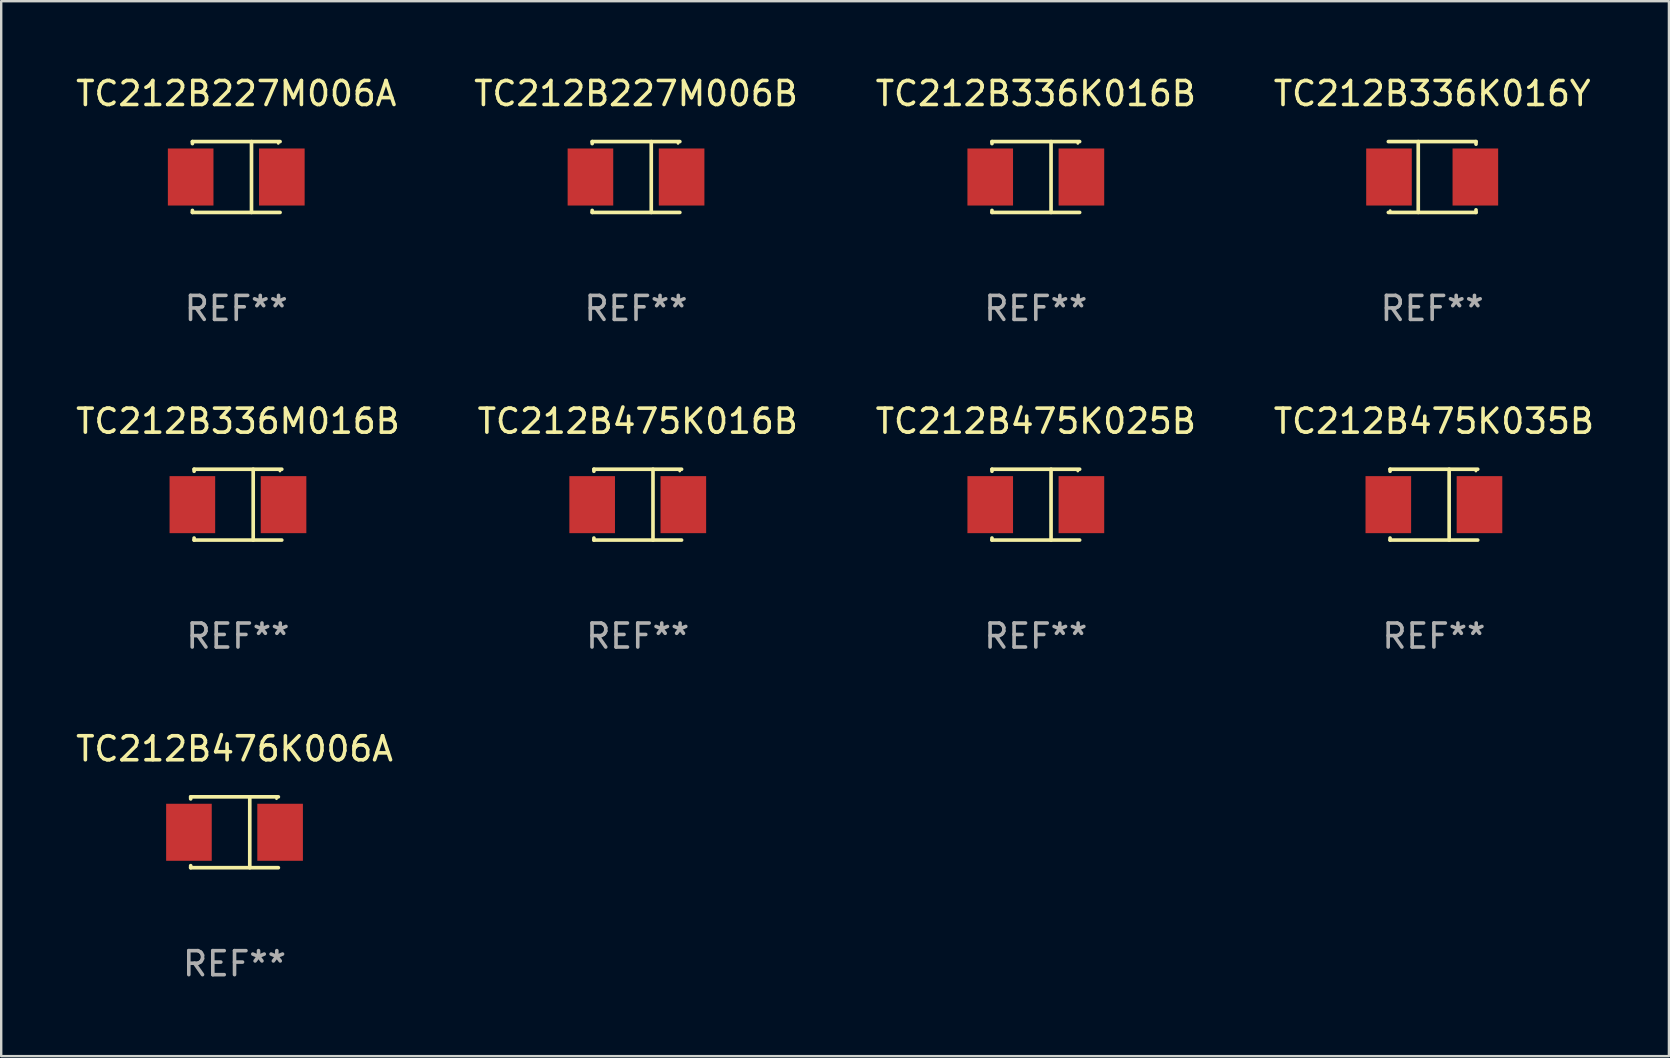
<source format=kicad_pcb>
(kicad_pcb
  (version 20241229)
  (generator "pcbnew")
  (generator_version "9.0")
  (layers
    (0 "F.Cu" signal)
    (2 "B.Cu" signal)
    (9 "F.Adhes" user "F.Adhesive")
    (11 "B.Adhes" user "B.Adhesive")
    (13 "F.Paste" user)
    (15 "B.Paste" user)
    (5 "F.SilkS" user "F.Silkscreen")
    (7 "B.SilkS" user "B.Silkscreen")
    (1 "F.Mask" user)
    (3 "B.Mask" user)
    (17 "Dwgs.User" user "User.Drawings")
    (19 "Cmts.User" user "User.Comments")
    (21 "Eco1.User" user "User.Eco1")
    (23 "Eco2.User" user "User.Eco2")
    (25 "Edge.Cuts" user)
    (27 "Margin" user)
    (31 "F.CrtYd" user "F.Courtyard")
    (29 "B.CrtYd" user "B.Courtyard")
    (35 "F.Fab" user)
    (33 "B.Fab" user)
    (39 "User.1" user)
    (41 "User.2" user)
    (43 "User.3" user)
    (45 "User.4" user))
  (footprint "TC212B336M016B"
    (layer "F.Cu")
    (at 6.863 17.973)
    (property "Reference" "TC212B336M016B" (at 0 -3.476 0) (layer "F.SilkS") (effects (font (size 1 1) (thickness 0.15))))
    (attr through_hole)
    (fp_line (start -1.826 -1.476) (end -1.826 -1.391) (stroke (width 0.152) (type solid)) (layer "F.SilkS"))
    (fp_line (start -1.826 -1.476) (end 1.826 -1.476) (stroke (width 0.152) (type solid)) (layer "F.SilkS"))
    (fp_line (start -1.826 1.476) (end -1.826 1.391) (stroke (width 0.152) (type solid)) (layer "F.SilkS"))
    (fp_line (start -1.826 1.476) (end 1.826 1.476) (stroke (width 0.152) (type solid)) (layer "F.SilkS"))
    (fp_line (start 0.635 -1.476) (end 0.635 1.476) (stroke (width 0.152) (type solid)) (layer "F.SilkS"))
    (fp_circle (center 1.75 -1.4) (end 1.78 -1.4) (stroke (width 0.06) (type solid)) (fill no) (layer "F.SilkS"))
    (fp_text user "REF**" (at 0 5.476 0) (layer "F.Fab") (effects (font (size 1 1) (thickness 0.15))))
    (pad "1" smd rect (at 1.899 0) (size 1.9 2.376) (layers "F.Cu" "F.Mask" "F.Paste"))
    (pad "2" smd rect (at -1.899 0) (size 1.9 2.376) (layers "F.Cu" "F.Mask" "F.Paste")))
  (footprint "TC212B227M006B"
    (layer "F.Cu")
    (at 23.446 4.324)
    (property "Reference" "TC212B227M006B" (at 0 -3.476 0) (layer "F.SilkS") (effects (font (size 1 1) (thickness 0.15))))
    (attr through_hole)
    (fp_line (start -1.826 -1.476) (end -1.826 -1.391) (stroke (width 0.152) (type solid)) (layer "F.SilkS"))
    (fp_line (start -1.826 -1.476) (end 1.826 -1.476) (stroke (width 0.152) (type solid)) (layer "F.SilkS"))
    (fp_line (start -1.826 1.476) (end -1.826 1.391) (stroke (width 0.152) (type solid)) (layer "F.SilkS"))
    (fp_line (start -1.826 1.476) (end 1.826 1.476) (stroke (width 0.152) (type solid)) (layer "F.SilkS"))
    (fp_line (start 0.635 -1.476) (end 0.635 1.476) (stroke (width 0.152) (type solid)) (layer "F.SilkS"))
    (fp_circle (center 1.75 -1.4) (end 1.78 -1.4) (stroke (width 0.06) (type solid)) (fill no) (layer "F.SilkS"))
    (fp_text user "REF**" (at 0 5.476 0) (layer "F.Fab") (effects (font (size 1 1) (thickness 0.15))))
    (pad "1" smd rect (at 1.899 0) (size 1.9 2.376) (layers "F.Cu" "F.Mask" "F.Paste"))
    (pad "2" smd rect (at -1.899 0) (size 1.9 2.376) (layers "F.Cu" "F.Mask" "F.Paste")))
  (footprint "TC212B227M006A"
    (layer "F.Cu")
    (at 6.792 4.324)
    (property "Reference" "TC212B227M006A" (at 0 -3.476 0) (layer "F.SilkS") (effects (font (size 1 1) (thickness 0.15))))
    (attr through_hole)
    (fp_line (start -1.826 -1.476) (end -1.826 -1.391) (stroke (width 0.152) (type solid)) (layer "F.SilkS"))
    (fp_line (start -1.826 -1.476) (end 1.826 -1.476) (stroke (width 0.152) (type solid)) (layer "F.SilkS"))
    (fp_line (start -1.826 1.476) (end -1.826 1.391) (stroke (width 0.152) (type solid)) (layer "F.SilkS"))
    (fp_line (start -1.826 1.476) (end 1.826 1.476) (stroke (width 0.152) (type solid)) (layer "F.SilkS"))
    (fp_line (start 0.635 -1.476) (end 0.635 1.476) (stroke (width 0.152) (type solid)) (layer "F.SilkS"))
    (fp_circle (center 1.75 -1.4) (end 1.78 -1.4) (stroke (width 0.06) (type solid)) (fill no) (layer "F.SilkS"))
    (fp_text user "REF**" (at 0 5.476 0) (layer "F.Fab") (effects (font (size 1 1) (thickness 0.15))))
    (pad "1" smd rect (at 1.899 0) (size 1.9 2.376) (layers "F.Cu" "F.Mask" "F.Paste"))
    (pad "2" smd rect (at -1.899 0) (size 1.9 2.376) (layers "F.Cu" "F.Mask" "F.Paste")))
  (footprint "TC212B475K016B"
    (layer "F.Cu")
    (at 23.518 17.973)
    (property "Reference" "TC212B475K016B" (at 0 -3.476 0) (layer "F.SilkS") (effects (font (size 1 1) (thickness 0.15))))
    (attr through_hole)
    (fp_line (start -1.826 -1.476) (end -1.826 -1.391) (stroke (width 0.152) (type solid)) (layer "F.SilkS"))
    (fp_line (start -1.826 -1.476) (end 1.826 -1.476) (stroke (width 0.152) (type solid)) (layer "F.SilkS"))
    (fp_line (start -1.826 1.476) (end -1.826 1.391) (stroke (width 0.152) (type solid)) (layer "F.SilkS"))
    (fp_line (start -1.826 1.476) (end 1.826 1.476) (stroke (width 0.152) (type solid)) (layer "F.SilkS"))
    (fp_line (start 0.635 -1.476) (end 0.635 1.476) (stroke (width 0.152) (type solid)) (layer "F.SilkS"))
    (fp_circle (center 1.75 -1.4) (end 1.78 -1.4) (stroke (width 0.06) (type solid)) (fill no) (layer "F.SilkS"))
    (fp_text user "REF**" (at 0 5.476 0) (layer "F.Fab") (effects (font (size 1 1) (thickness 0.15))))
    (pad "1" smd rect (at 1.899 0) (size 1.9 2.376) (layers "F.Cu" "F.Mask" "F.Paste"))
    (pad "2" smd rect (at -1.899 0) (size 1.9 2.376) (layers "F.Cu" "F.Mask" "F.Paste")))
  (footprint "TC212B476K006A"
    (layer "F.Cu")
    (at 6.72 31.622)
    (property "Reference" "TC212B476K006A" (at 0 -3.476 0) (layer "F.SilkS") (effects (font (size 1 1) (thickness 0.15))))
    (attr through_hole)
    (fp_line (start -1.826 -1.476) (end -1.826 -1.391) (stroke (width 0.152) (type solid)) (layer "F.SilkS"))
    (fp_line (start -1.826 -1.476) (end 1.826 -1.476) (stroke (width 0.152) (type solid)) (layer "F.SilkS"))
    (fp_line (start -1.826 1.476) (end -1.826 1.391) (stroke (width 0.152) (type solid)) (layer "F.SilkS"))
    (fp_line (start -1.826 1.476) (end 1.826 1.476) (stroke (width 0.152) (type solid)) (layer "F.SilkS"))
    (fp_line (start 0.635 -1.476) (end 0.635 1.476) (stroke (width 0.152) (type solid)) (layer "F.SilkS"))
    (fp_circle (center 1.75 -1.4) (end 1.78 -1.4) (stroke (width 0.06) (type solid)) (fill no) (layer "F.SilkS"))
    (fp_text user "REF**" (at 0 5.476 0) (layer "F.Fab") (effects (font (size 1 1) (thickness 0.15))))
    (pad "1" smd rect (at 1.899 0) (size 1.9 2.376) (layers "F.Cu" "F.Mask" "F.Paste"))
    (pad "2" smd rect (at -1.899 0) (size 1.9 2.376) (layers "F.Cu" "F.Mask" "F.Paste")))
  (footprint "TC212B336K016B"
    (layer "F.Cu")
    (at 40.101 4.324)
    (property "Reference" "TC212B336K016B" (at 0 -3.476 0) (layer "F.SilkS") (effects (font (size 1 1) (thickness 0.15))))
    (attr through_hole)
    (fp_line (start -1.826 -1.476) (end -1.826 -1.391) (stroke (width 0.152) (type solid)) (layer "F.SilkS"))
    (fp_line (start -1.826 -1.476) (end 1.826 -1.476) (stroke (width 0.152) (type solid)) (layer "F.SilkS"))
    (fp_line (start -1.826 1.476) (end -1.826 1.391) (stroke (width 0.152) (type solid)) (layer "F.SilkS"))
    (fp_line (start -1.826 1.476) (end 1.826 1.476) (stroke (width 0.152) (type solid)) (layer "F.SilkS"))
    (fp_line (start 0.635 -1.476) (end 0.635 1.476) (stroke (width 0.152) (type solid)) (layer "F.SilkS"))
    (fp_circle (center 1.75 -1.4) (end 1.78 -1.4) (stroke (width 0.06) (type solid)) (fill no) (layer "F.SilkS"))
    (fp_text user "REF**" (at 0 5.476 0) (layer "F.Fab") (effects (font (size 1 1) (thickness 0.15))))
    (pad "1" smd rect (at 1.899 0) (size 1.9 2.376) (layers "F.Cu" "F.Mask" "F.Paste"))
    (pad "2" smd rect (at -1.899 0) (size 1.9 2.376) (layers "F.Cu" "F.Mask" "F.Paste")))
  (footprint "TC212B475K035B"
    (layer "F.Cu")
    (at 56.685 17.973)
    (property "Reference" "TC212B475K035B" (at 0 -3.476 0) (layer "F.SilkS") (effects (font (size 1 1) (thickness 0.15))))
    (attr through_hole)
    (fp_line (start -1.826 -1.476) (end -1.826 -1.391) (stroke (width 0.152) (type solid)) (layer "F.SilkS"))
    (fp_line (start -1.826 -1.476) (end 1.826 -1.476) (stroke (width 0.152) (type solid)) (layer "F.SilkS"))
    (fp_line (start -1.826 1.476) (end -1.826 1.391) (stroke (width 0.152) (type solid)) (layer "F.SilkS"))
    (fp_line (start -1.826 1.476) (end 1.826 1.476) (stroke (width 0.152) (type solid)) (layer "F.SilkS"))
    (fp_line (start 0.635 -1.476) (end 0.635 1.476) (stroke (width 0.152) (type solid)) (layer "F.SilkS"))
    (fp_circle (center 1.75 -1.4) (end 1.78 -1.4) (stroke (width 0.06) (type solid)) (fill no) (layer "F.SilkS"))
    (fp_text user "REF**" (at 0 5.476 0) (layer "F.Fab") (effects (font (size 1 1) (thickness 0.15))))
    (pad "1" smd rect (at 1.899 0) (size 1.9 2.376) (layers "F.Cu" "F.Mask" "F.Paste"))
    (pad "2" smd rect (at -1.899 0) (size 1.9 2.376) (layers "F.Cu" "F.Mask" "F.Paste")))
  (footprint "TC212B475K025B"
    (layer "F.Cu")
    (at 40.101 17.973)
    (property "Reference" "TC212B475K025B" (at 0 -3.476 0) (layer "F.SilkS") (effects (font (size 1 1) (thickness 0.15))))
    (attr through_hole)
    (fp_line (start -1.826 -1.476) (end -1.826 -1.391) (stroke (width 0.152) (type solid)) (layer "F.SilkS"))
    (fp_line (start -1.826 -1.476) (end 1.826 -1.476) (stroke (width 0.152) (type solid)) (layer "F.SilkS"))
    (fp_line (start -1.826 1.476) (end -1.826 1.391) (stroke (width 0.152) (type solid)) (layer "F.SilkS"))
    (fp_line (start -1.826 1.476) (end 1.826 1.476) (stroke (width 0.152) (type solid)) (layer "F.SilkS"))
    (fp_line (start 0.635 -1.476) (end 0.635 1.476) (stroke (width 0.152) (type solid)) (layer "F.SilkS"))
    (fp_circle (center 1.75 -1.4) (end 1.78 -1.4) (stroke (width 0.06) (type solid)) (fill no) (layer "F.SilkS"))
    (fp_text user "REF**" (at 0 5.476 0) (layer "F.Fab") (effects (font (size 1 1) (thickness 0.15))))
    (pad "1" smd rect (at 1.899 0) (size 1.9 2.376) (layers "F.Cu" "F.Mask" "F.Paste"))
    (pad "2" smd rect (at -1.899 0) (size 1.9 2.376) (layers "F.Cu" "F.Mask" "F.Paste")))
  (footprint "TC212B336K016Y"
    (layer "F.Cu")
    (at 56.613 4.324)
    (property "Reference" "TC212B336K016Y" (at 0 -3.476 0) (layer "F.SilkS") (effects (font (size 1 1) (thickness 0.15))))
    (attr through_hole)
    (fp_line (start -1.826 -1.476) (end 1.826 -1.476) (stroke (width 0.152) (type solid)) (layer "F.SilkS"))
    (fp_line (start -1.826 1.476) (end 1.826 1.476) (stroke (width 0.152) (type solid)) (layer "F.SilkS"))
    (fp_line (start -0.58 -1.476) (end -0.58 1.476) (stroke (width 0.152) (type solid)) (layer "F.SilkS"))
    (fp_line (start 1.826 -1.476) (end 1.826 -1.368) (stroke (width 0.152) (type solid)) (layer "F.SilkS"))
    (fp_line (start 1.826 1.368) (end 1.826 1.476) (stroke (width 0.152) (type solid)) (layer "F.SilkS"))
    (fp_circle (center -1.75 1.4) (end -1.72 1.4) (stroke (width 0.06) (type solid)) (fill no) (layer "F.SilkS"))
    (fp_text user "REF**" (at 0 5.476 0) (layer "F.Fab") (effects (font (size 1 1) (thickness 0.15))))
    (pad "1" smd rect (at -1.799 0) (size 1.9 2.376) (layers "F.Cu" "F.Mask" "F.Paste"))
    (pad "2" smd rect (at 1.799 0) (size 1.9 2.376) (layers "F.Cu" "F.Mask" "F.Paste")))
  (gr_rect
    (start -3 -3)
    (end 66.476 40.947)
    (stroke (width 0.1) (type default))
    (fill no)
    (layer "Edge.Cuts")))
</source>
